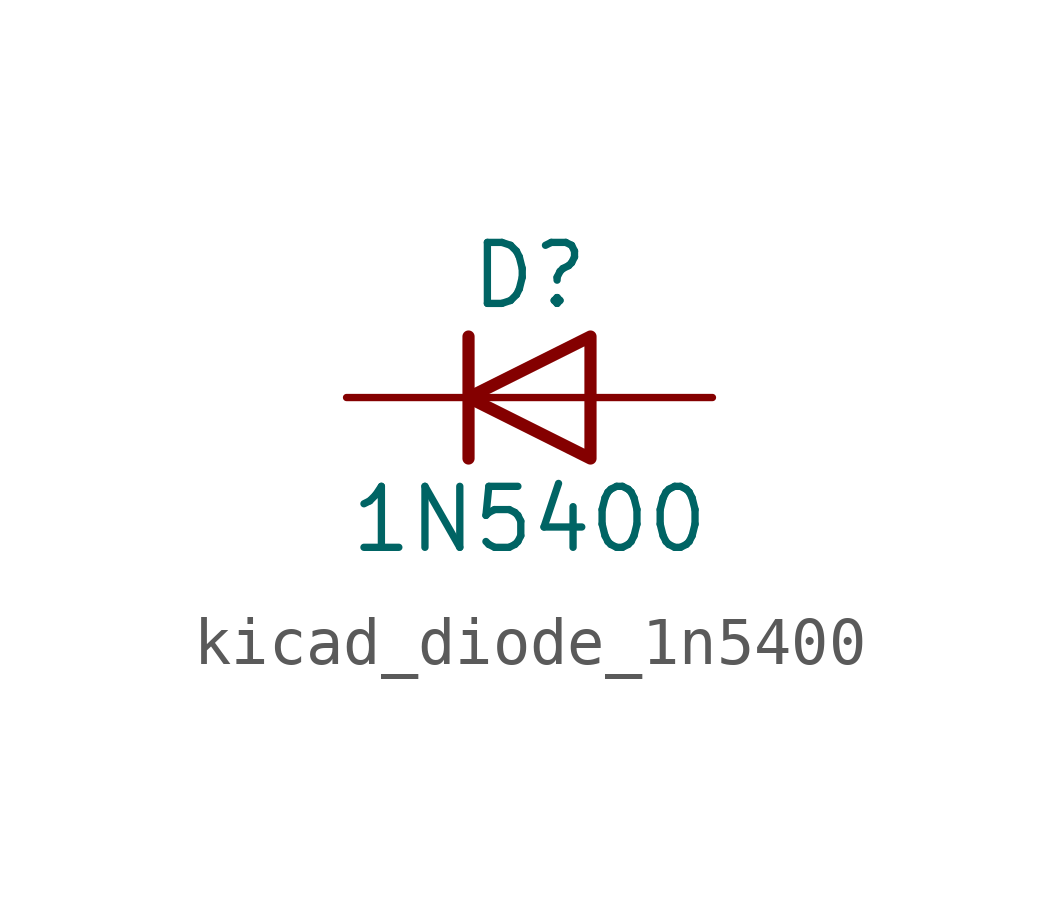
<source format=kicad_sym>
(kicad_symbol_lib
  (version 20220914)
  (generator kicad_symbol_editor)
  (symbol "kicad_diode_1n5400"
    (pin_numbers hide)
    (pin_names hide)
    (property "Reference" "D"
      (at 0 2.54 0)
      (effects (font (size 1.27 1.27))))
    (property "Value" "1N5400"
      (at 0 -2.54 0)
      (effects (font (size 1.27 1.27))))
    (symbol "kicad_diode_1n5400_0_1"
      (polyline (pts (xy -1.27 1.27) (xy -1.27 -1.27)) (stroke (width 0.254) (type default)) (fill (type none)))
      (polyline (pts (xy 1.27 0) (xy -1.27 0)) (stroke (width 0) (type default)) (fill (type none)))
      (polyline (pts (xy 1.27 1.27) (xy 1.27 -1.27) (xy -1.27 0) (xy 1.27 1.27)) (stroke (width 0.254) (type default)) (fill (type none))))
    (symbol "kicad_diode_1n5400_1_1"
      (pin passive line (at -3.81 0 0) (length 2.54) (name "K" (effects (font (size 1.27 1.27)))) (number "1" (effects (font (size 1.27 1.27)))))
      (pin passive line (at 3.81 0 180) (length 2.54) (name "A" (effects (font (size 1.27 1.27)))) (number "2" (effects (font (size 1.27 1.27))))))))
</source>
